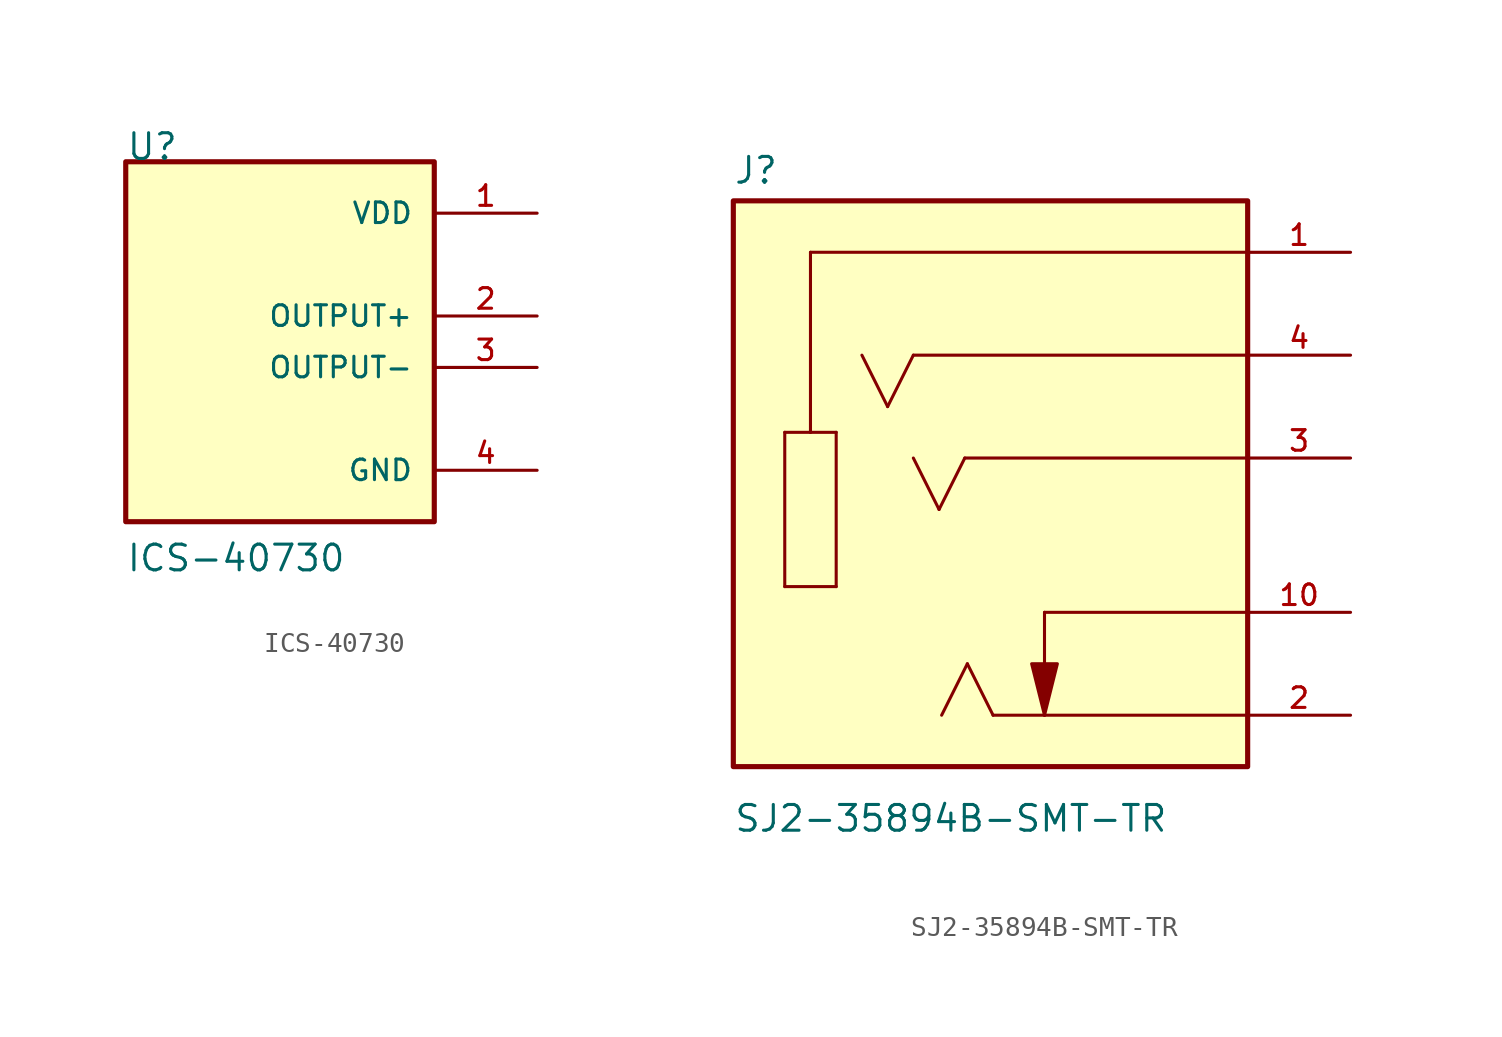
<source format=kicad_sym>
(kicad_symbol_lib
  (version 20231120)
  (generator "kicad_symbol_editor")
  (generator_version "8.0")
  (symbol "ICS-40730"
    (pin_names
      (offset 1.016))
    (property "Reference" "U"
      (at -7.62 10.16 0)
      (effects (font (size 1.27 1.27)) (justify left bottom)))
    (property "Value" "ICS-40730"
      (at -7.62 -10.16 0)
      (effects (font (size 1.27 1.27)) (justify left bottom)))
    (symbol "ICS-40730_0_0"
      (rectangle (start -7.62 -7.62) (end 7.62 10.16) (stroke (width 0.254) (type default)) (fill (type background)))
      (pin power_in line (at 12.7 7.62 180) (length 5.08) (name "VDD" (effects (font (size 1.016 1.016)))) (number "1" (effects (font (size 1.016 1.016)))))
      (pin power_in line (at 12.7 -5.08 180) (length 5.08) (name "GND" (effects (font (size 1.016 1.016)))) (number "4" (effects (font (size 1.016 1.016))))))
    (symbol "ICS-40730_1_0"
      (pin output line (at 12.7 2.54 180) (length 5.08) (name "OUTPUT+" (effects (font (size 1.016 1.016)))) (number "2" (effects (font (size 1.016 1.016)))))
      (pin output line (at 12.7 0 180) (length 5.08) (name "OUTPUT-" (effects (font (size 1.016 1.016)))) (number "3" (effects (font (size 1.016 1.016)))))))
  (symbol "SJ2-35894B-SMT-TR"
    (pin_names
      (offset 1.016))
    (property "Reference" "J"
      (at -12.709 16.002 0)
      (effects (font (size 1.27 1.27)) (justify left bottom)))
    (property "Value" "SJ2-35894B-SMT-TR"
      (at -12.701 -16.002 0)
      (effects (font (size 1.27 1.27)) (justify left bottom)))
    (symbol "SJ2-35894B-SMT-TR_0_0"
      (rectangle (start -12.7 -12.7) (end 12.7 15.24) (stroke (width 0.254) (type default)) (fill (type background)))
      (polyline (pts (xy -10.16 -3.81) (xy -10.16 3.81)) (stroke (width 0.152) (type default)) (fill (type none)))
      (polyline (pts (xy -10.16 3.81) (xy -8.89 3.81)) (stroke (width 0.152) (type default)) (fill (type none)))
      (polyline (pts (xy -8.89 3.81) (xy -7.62 3.81)) (stroke (width 0.152) (type default)) (fill (type none)))
      (polyline (pts (xy -8.89 12.7) (xy -8.89 3.81)) (stroke (width 0.152) (type default)) (fill (type none)))
      (polyline (pts (xy -7.62 -3.81) (xy -10.16 -3.81)) (stroke (width 0.152) (type default)) (fill (type none)))
      (polyline (pts (xy -7.62 3.81) (xy -7.62 -3.81)) (stroke (width 0.152) (type default)) (fill (type none)))
      (polyline (pts (xy -5.08 5.08) (xy -6.35 7.62)) (stroke (width 0.152) (type default)) (fill (type none)))
      (polyline (pts (xy -3.81 7.62) (xy -5.08 5.08)) (stroke (width 0.152) (type default)) (fill (type none)))
      (polyline (pts (xy -2.54 0) (xy -3.81 2.54)) (stroke (width 0.152) (type default)) (fill (type none)))
      (polyline (pts (xy -1.27 2.54) (xy -2.54 0)) (stroke (width 0.152) (type default)) (fill (type none)))
      (polyline (pts (xy -1.143 -7.62) (xy -2.413 -10.16)) (stroke (width 0.152) (type default)) (fill (type none)))
      (polyline (pts (xy 0.127 -10.16) (xy -1.143 -7.62)) (stroke (width 0.152) (type default)) (fill (type none)))
      (polyline (pts (xy 2.667 -10.16) (xy 0.127 -10.16)) (stroke (width 0.152) (type default)) (fill (type none)))
      (polyline (pts (xy 2.667 -5.08) (xy 2.667 -10.16)) (stroke (width 0.152) (type default)) (fill (type none)))
      (polyline (pts (xy 12.7 -10.16) (xy 2.667 -10.16)) (stroke (width 0.152) (type default)) (fill (type none)))
      (polyline (pts (xy 12.7 -5.08) (xy 2.667 -5.08)) (stroke (width 0.152) (type default)) (fill (type none)))
      (polyline (pts (xy 12.7 2.54) (xy -1.27 2.54)) (stroke (width 0.152) (type default)) (fill (type none)))
      (polyline (pts (xy 12.7 7.62) (xy -3.81 7.62)) (stroke (width 0.152) (type default)) (fill (type none)))
      (polyline (pts (xy 12.7 12.7) (xy -8.89 12.7)) (stroke (width 0.152) (type default)) (fill (type none)))
      (polyline (pts (xy 2.667 -10.16) (xy 2.032 -7.62) (xy 3.302 -7.62) (xy 2.667 -10.16)) (stroke (width 0.152) (type default)) (fill (type outline)))
      (pin passive line (at 17.78 12.7 180) (length 5.08) (name "~" (effects (font (size 1.016 1.016)))) (number "1" (effects (font (size 1.016 1.016)))))
      (pin passive line (at 17.78 -5.08 180) (length 5.08) (name "~" (effects (font (size 1.016 1.016)))) (number "10" (effects (font (size 1.016 1.016)))))
      (pin passive line (at 17.78 -10.16 180) (length 5.08) (name "~" (effects (font (size 1.016 1.016)))) (number "2" (effects (font (size 1.016 1.016)))))
      (pin passive line (at 17.78 2.54 180) (length 5.08) (name "~" (effects (font (size 1.016 1.016)))) (number "3" (effects (font (size 1.016 1.016)))))
      (pin passive line (at 17.78 7.62 180) (length 5.08) (name "~" (effects (font (size 1.016 1.016)))) (number "4" (effects (font (size 1.016 1.016))))))))
</source>
